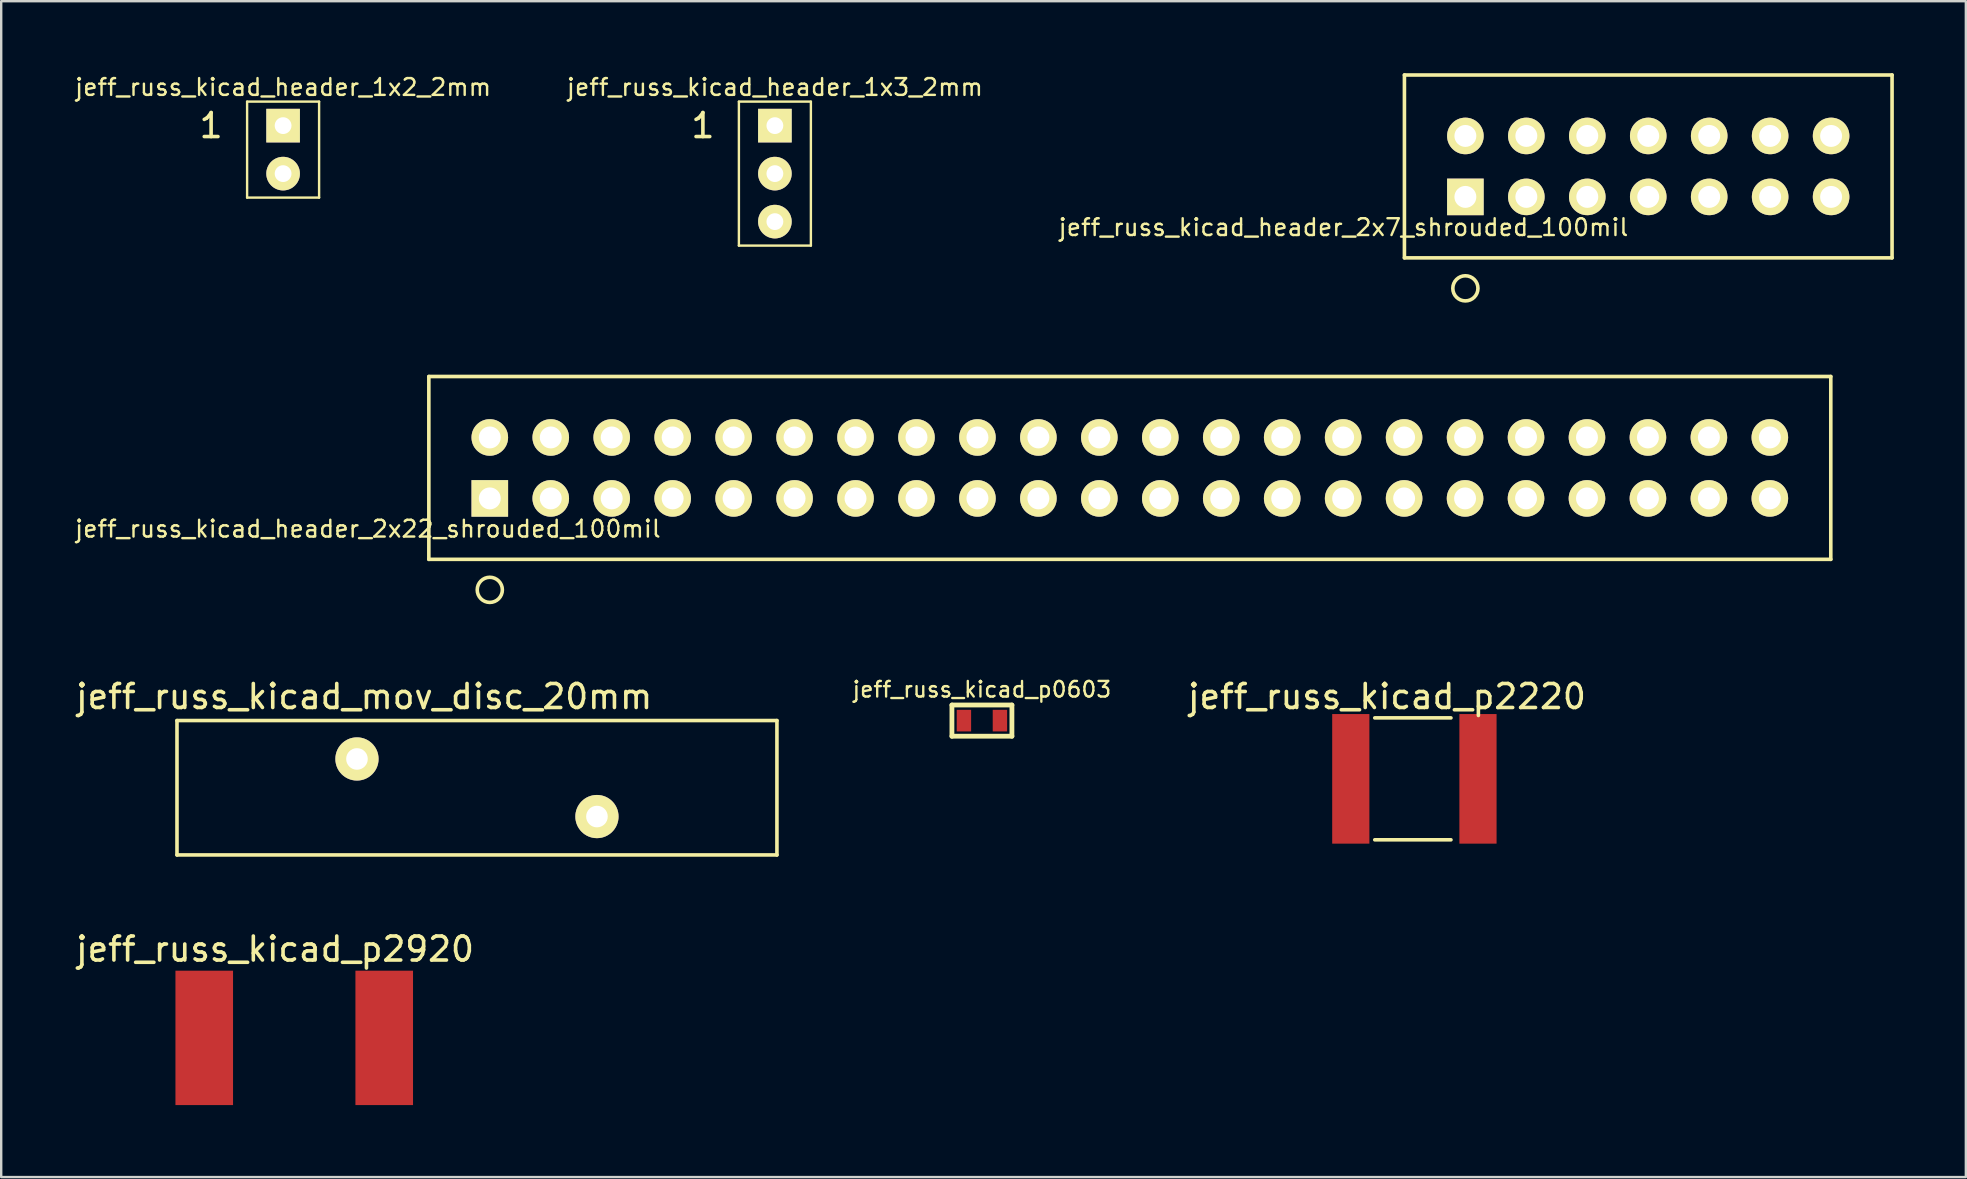
<source format=kicad_pcb>
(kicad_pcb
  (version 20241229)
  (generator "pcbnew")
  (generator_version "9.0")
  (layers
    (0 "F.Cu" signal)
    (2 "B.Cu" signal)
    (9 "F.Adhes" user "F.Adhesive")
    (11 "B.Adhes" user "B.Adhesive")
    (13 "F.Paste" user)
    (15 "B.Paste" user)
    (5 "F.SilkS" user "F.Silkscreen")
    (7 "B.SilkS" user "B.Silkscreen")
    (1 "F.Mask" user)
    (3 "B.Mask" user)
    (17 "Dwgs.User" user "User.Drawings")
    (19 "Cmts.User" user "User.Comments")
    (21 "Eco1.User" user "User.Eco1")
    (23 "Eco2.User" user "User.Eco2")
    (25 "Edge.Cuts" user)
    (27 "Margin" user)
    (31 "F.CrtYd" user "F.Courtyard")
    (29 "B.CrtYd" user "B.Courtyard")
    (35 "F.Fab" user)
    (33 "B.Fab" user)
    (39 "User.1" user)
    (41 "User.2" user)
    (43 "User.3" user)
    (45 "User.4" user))
  (footprint "jeff_russ_kicad_header_2x7_shrouded_100mil"
    (layer "F.Cu")
    (at 58.013 5.155)
    (property "Reference" "jeff_russ_kicad_header_2x7_shrouded_100mil" (at -5.08 1.27 0) (layer "F.SilkS") (effects (font (size 0.7 0.7) (thickness 0.1))))
    (attr through_hole)
    (fp_line (start -2.54 -5.08) (end -2.54 2.54) (stroke (width 0.15) (type solid)) (layer "F.SilkS"))
    (fp_line (start -2.54 2.54) (end 17.78 2.54) (stroke (width 0.15) (type solid)) (layer "F.SilkS"))
    (fp_line (start 17.78 -5.08) (end -2.54 -5.08) (stroke (width 0.15) (type solid)) (layer "F.SilkS"))
    (fp_line (start 17.78 -5.08) (end 17.78 2.54) (stroke (width 0.15) (type solid)) (layer "F.SilkS"))
    (fp_circle (center 0 3.81) (end 0.508 3.937) (stroke (width 0.15) (type solid)) (fill no) (layer "F.SilkS"))
    (pad "1" thru_hole rect (at 0 0) (size 1.524 1.524) (drill 0.914) (layers "*.Cu" "*.Mask" "F.SilkS"))
    (pad "2" thru_hole circle (at 0 -2.54) (size 1.524 1.524) (drill 0.914) (layers "*.Cu" "*.Mask" "F.SilkS"))
    (pad "3" thru_hole circle (at 2.54 0) (size 1.524 1.524) (drill 0.914) (layers "*.Cu" "*.Mask" "F.SilkS"))
    (pad "4" thru_hole circle (at 2.54 -2.54) (size 1.524 1.524) (drill 0.914) (layers "*.Cu" "*.Mask" "F.SilkS"))
    (pad "5" thru_hole circle (at 5.08 0) (size 1.524 1.524) (drill 0.914) (layers "*.Cu" "*.Mask" "F.SilkS"))
    (pad "6" thru_hole circle (at 5.08 -2.54) (size 1.524 1.524) (drill 0.914) (layers "*.Cu" "*.Mask" "F.SilkS"))
    (pad "7" thru_hole circle (at 7.62 0) (size 1.524 1.524) (drill 0.914) (layers "*.Cu" "*.Mask" "F.SilkS"))
    (pad "8" thru_hole circle (at 7.62 -2.54) (size 1.524 1.524) (drill 0.914) (layers "*.Cu" "*.Mask" "F.SilkS"))
    (pad "9" thru_hole circle (at 10.16 0) (size 1.524 1.524) (drill 0.914) (layers "*.Cu" "*.Mask" "F.SilkS"))
    (pad "10" thru_hole circle (at 10.16 -2.54) (size 1.524 1.524) (drill 0.914) (layers "*.Cu" "*.Mask" "F.SilkS"))
    (pad "11" thru_hole circle (at 12.7 0) (size 1.524 1.524) (drill 0.914) (layers "*.Cu" "*.Mask" "F.SilkS"))
    (pad "12" thru_hole circle (at 12.7 -2.54) (size 1.524 1.524) (drill 0.914) (layers "*.Cu" "*.Mask" "F.SilkS"))
    (pad "13" thru_hole circle (at 15.24 0) (size 1.524 1.524) (drill 0.914) (layers "*.Cu" "*.Mask" "F.SilkS"))
    (pad "14" thru_hole circle (at 15.24 -2.54) (size 1.524 1.524) (drill 0.914) (layers "*.Cu" "*.Mask" "F.SilkS")))
  (footprint "jeff_russ_kicad_header_1x3_2mm"
    (layer "F.Cu")
    (at 29.24 2.185)
    (property "Reference" "jeff_russ_kicad_header_1x3_2mm" (at 0 -1.6 0) (layer "F.SilkS") (effects (font (size 0.7 0.7) (thickness 0.1))))
    (attr through_hole)
    (fp_line (start -1.5 5) (end -1.5 -1) (stroke (width 0.1) (type solid)) (layer "F.SilkS"))
    (fp_line (start -1.5 5) (end 1.5 5) (stroke (width 0.1) (type solid)) (layer "F.SilkS"))
    (fp_line (start 1.5 -1) (end -1.5 -1) (stroke (width 0.1) (type solid)) (layer "F.SilkS"))
    (fp_line (start 1.5 -1) (end 1.5 5) (stroke (width 0.1) (type solid)) (layer "F.SilkS"))
    (fp_text user "1" (at -3 0 0) (layer "F.SilkS") (effects (font (size 1 1) (thickness 0.15))))
    (pad "1" thru_hole rect (at 0 0) (size 1.4 1.4) (drill 0.7) (layers "*.Cu" "*.Mask" "F.SilkS"))
    (pad "2" thru_hole circle (at 0 2) (size 1.4 1.4) (drill 0.7) (layers "*.Cu" "*.Mask" "F.SilkS"))
    (pad "3" thru_hole circle (at 0 4) (size 1.4 1.4) (drill 0.7) (layers "*.Cu" "*.Mask" "F.SilkS")))
  (footprint "jeff_russ_kicad_header_1x2_2mm"
    (layer "F.Cu")
    (at 8.747 2.185)
    (property "Reference" "jeff_russ_kicad_header_1x2_2mm" (at 0 -1.6 0) (layer "F.SilkS") (effects (font (size 0.7 0.7) (thickness 0.1))))
    (attr through_hole)
    (fp_line (start -1.5 -1) (end -1.5 3) (stroke (width 0.1) (type solid)) (layer "F.SilkS"))
    (fp_line (start -1.5 3) (end 1.5 3) (stroke (width 0.1) (type solid)) (layer "F.SilkS"))
    (fp_line (start 1.5 -1) (end -1.5 -1) (stroke (width 0.1) (type solid)) (layer "F.SilkS"))
    (fp_line (start 1.5 -1) (end 1.5 3) (stroke (width 0.1) (type solid)) (layer "F.SilkS"))
    (fp_text user "1" (at -3 0 0) (layer "F.SilkS") (effects (font (size 1 1) (thickness 0.15))))
    (pad "1" thru_hole rect (at 0 0) (size 1.4 1.4) (drill 0.7) (layers "*.Cu" "*.Mask" "F.SilkS"))
    (pad "2" thru_hole circle (at 0 2) (size 1.4 1.4) (drill 0.7) (layers "*.Cu" "*.Mask" "F.SilkS")))
  (footprint "jeff_russ_kicad_header_2x22_shrouded_100mil"
    (layer "F.Cu")
    (at 17.36 17.719)
    (property "Reference" "jeff_russ_kicad_header_2x22_shrouded_100mil" (at -5.08 1.27 0) (layer "F.SilkS") (effects (font (size 0.7 0.7) (thickness 0.1))))
    (attr through_hole)
    (fp_line (start -2.54 -5.08) (end -2.54 2.54) (stroke (width 0.15) (type solid)) (layer "F.SilkS"))
    (fp_line (start -2.54 2.54) (end 55.88 2.54) (stroke (width 0.15) (type solid)) (layer "F.SilkS"))
    (fp_line (start 55.88 -5.08) (end -2.54 -5.08) (stroke (width 0.15) (type solid)) (layer "F.SilkS"))
    (fp_line (start 55.88 -5.08) (end 55.88 2.54) (stroke (width 0.15) (type solid)) (layer "F.SilkS"))
    (fp_circle (center 0 3.81) (end 0.508 3.937) (stroke (width 0.15) (type solid)) (fill no) (layer "F.SilkS"))
    (pad "1" thru_hole rect (at 0 0) (size 1.524 1.524) (drill 0.914) (layers "*.Cu" "*.Mask" "F.SilkS"))
    (pad "2" thru_hole circle (at 0 -2.54) (size 1.524 1.524) (drill 0.914) (layers "*.Cu" "*.Mask" "F.SilkS"))
    (pad "3" thru_hole circle (at 2.54 0) (size 1.524 1.524) (drill 0.914) (layers "*.Cu" "*.Mask" "F.SilkS"))
    (pad "4" thru_hole circle (at 2.54 -2.54) (size 1.524 1.524) (drill 0.914) (layers "*.Cu" "*.Mask" "F.SilkS"))
    (pad "5" thru_hole circle (at 5.08 0) (size 1.524 1.524) (drill 0.914) (layers "*.Cu" "*.Mask" "F.SilkS"))
    (pad "6" thru_hole circle (at 5.08 -2.54) (size 1.524 1.524) (drill 0.914) (layers "*.Cu" "*.Mask" "F.SilkS"))
    (pad "7" thru_hole circle (at 7.62 0) (size 1.524 1.524) (drill 0.914) (layers "*.Cu" "*.Mask" "F.SilkS"))
    (pad "8" thru_hole circle (at 7.62 -2.54) (size 1.524 1.524) (drill 0.914) (layers "*.Cu" "*.Mask" "F.SilkS"))
    (pad "9" thru_hole circle (at 10.16 0) (size 1.524 1.524) (drill 0.914) (layers "*.Cu" "*.Mask" "F.SilkS"))
    (pad "10" thru_hole circle (at 10.16 -2.54) (size 1.524 1.524) (drill 0.914) (layers "*.Cu" "*.Mask" "F.SilkS"))
    (pad "11" thru_hole circle (at 12.7 0) (size 1.524 1.524) (drill 0.914) (layers "*.Cu" "*.Mask" "F.SilkS"))
    (pad "12" thru_hole circle (at 12.7 -2.54) (size 1.524 1.524) (drill 0.914) (layers "*.Cu" "*.Mask" "F.SilkS"))
    (pad "13" thru_hole circle (at 15.24 0) (size 1.524 1.524) (drill 0.914) (layers "*.Cu" "*.Mask" "F.SilkS"))
    (pad "14" thru_hole circle (at 15.24 -2.54) (size 1.524 1.524) (drill 0.914) (layers "*.Cu" "*.Mask" "F.SilkS"))
    (pad "15" thru_hole circle (at 17.78 0) (size 1.524 1.524) (drill 0.914) (layers "*.Cu" "*.Mask" "F.SilkS"))
    (pad "16" thru_hole circle (at 17.78 -2.54) (size 1.524 1.524) (drill 0.914) (layers "*.Cu" "*.Mask" "F.SilkS"))
    (pad "17" thru_hole circle (at 20.32 0) (size 1.524 1.524) (drill 0.914) (layers "*.Cu" "*.Mask" "F.SilkS"))
    (pad "18" thru_hole circle (at 20.32 -2.54) (size 1.524 1.524) (drill 0.914) (layers "*.Cu" "*.Mask" "F.SilkS"))
    (pad "19" thru_hole circle (at 22.86 0) (size 1.524 1.524) (drill 0.914) (layers "*.Cu" "*.Mask" "F.SilkS"))
    (pad "20" thru_hole circle (at 22.86 -2.54) (size 1.524 1.524) (drill 0.914) (layers "*.Cu" "*.Mask" "F.SilkS"))
    (pad "21" thru_hole circle (at 25.4 0) (size 1.524 1.524) (drill 0.914) (layers "*.Cu" "*.Mask" "F.SilkS"))
    (pad "22" thru_hole circle (at 25.4 -2.54) (size 1.524 1.524) (drill 0.914) (layers "*.Cu" "*.Mask" "F.SilkS"))
    (pad "23" thru_hole circle (at 27.94 0) (size 1.524 1.524) (drill 0.914) (layers "*.Cu" "*.Mask" "F.SilkS"))
    (pad "24" thru_hole circle (at 27.94 -2.54) (size 1.524 1.524) (drill 0.914) (layers "*.Cu" "*.Mask" "F.SilkS"))
    (pad "25" thru_hole circle (at 30.48 0) (size 1.524 1.524) (drill 0.914) (layers "*.Cu" "*.Mask" "F.SilkS"))
    (pad "26" thru_hole circle (at 30.48 -2.54) (size 1.524 1.524) (drill 0.914) (layers "*.Cu" "*.Mask" "F.SilkS"))
    (pad "27" thru_hole circle (at 33.02 0) (size 1.524 1.524) (drill 0.914) (layers "*.Cu" "*.Mask" "F.SilkS"))
    (pad "28" thru_hole circle (at 33.02 -2.54) (size 1.524 1.524) (drill 0.914) (layers "*.Cu" "*.Mask" "F.SilkS"))
    (pad "29" thru_hole circle (at 35.56 0) (size 1.524 1.524) (drill 0.914) (layers "*.Cu" "*.Mask" "F.SilkS"))
    (pad "30" thru_hole circle (at 35.56 -2.54) (size 1.524 1.524) (drill 0.914) (layers "*.Cu" "*.Mask" "F.SilkS"))
    (pad "31" thru_hole circle (at 38.1 0) (size 1.524 1.524) (drill 0.914) (layers "*.Cu" "*.Mask" "F.SilkS"))
    (pad "32" thru_hole circle (at 38.1 -2.54) (size 1.524 1.524) (drill 0.914) (layers "*.Cu" "*.Mask" "F.SilkS"))
    (pad "33" thru_hole circle (at 40.64 0) (size 1.524 1.524) (drill 0.914) (layers "*.Cu" "*.Mask" "F.SilkS"))
    (pad "34" thru_hole circle (at 40.64 -2.54) (size 1.524 1.524) (drill 0.914) (layers "*.Cu" "*.Mask" "F.SilkS"))
    (pad "35" thru_hole circle (at 43.18 0) (size 1.524 1.524) (drill 0.914) (layers "*.Cu" "*.Mask" "F.SilkS"))
    (pad "36" thru_hole circle (at 43.18 -2.54) (size 1.524 1.524) (drill 0.914) (layers "*.Cu" "*.Mask" "F.SilkS"))
    (pad "37" thru_hole circle (at 45.72 0) (size 1.524 1.524) (drill 0.914) (layers "*.Cu" "*.Mask" "F.SilkS"))
    (pad "38" thru_hole circle (at 45.72 -2.54) (size 1.524 1.524) (drill 0.914) (layers "*.Cu" "*.Mask" "F.SilkS"))
    (pad "39" thru_hole circle (at 48.26 0) (size 1.524 1.524) (drill 0.914) (layers "*.Cu" "*.Mask" "F.SilkS"))
    (pad "40" thru_hole circle (at 48.26 -2.54) (size 1.524 1.524) (drill 0.914) (layers "*.Cu" "*.Mask" "F.SilkS"))
    (pad "41" thru_hole circle (at 50.8 0) (size 1.524 1.524) (drill 0.914) (layers "*.Cu" "*.Mask" "F.SilkS"))
    (pad "42" thru_hole circle (at 50.8 -2.54) (size 1.524 1.524) (drill 0.914) (layers "*.Cu" "*.Mask" "F.SilkS"))
    (pad "43" thru_hole circle (at 53.34 0) (size 1.524 1.524) (drill 0.914) (layers "*.Cu" "*.Mask" "F.SilkS"))
    (pad "44" thru_hole circle (at 53.34 -2.54) (size 1.524 1.524) (drill 0.914) (layers "*.Cu" "*.Mask" "F.SilkS")))
  (footprint "jeff_russ_kicad_p0603"
    (layer "F.Cu")
    (at 37.867 26.979)
    (property "Reference" "jeff_russ_kicad_p0603" (at 0 -1.3 0) (layer "F.SilkS") (effects (font (size 0.65 0.65) (thickness 0.098))))
    (attr smd)
    (fp_line (start -1.25 -0.65) (end 1.25 -0.65) (stroke (width 0.2) (type solid)) (layer "F.SilkS"))
    (fp_line (start -1.25 0.65) (end -1.25 -0.65) (stroke (width 0.2) (type solid)) (layer "F.SilkS"))
    (fp_line (start 1.25 -0.65) (end 1.25 0.65) (stroke (width 0.2) (type solid)) (layer "F.SilkS"))
    (fp_line (start 1.25 0.65) (end -1.25 0.65) (stroke (width 0.2) (type solid)) (layer "F.SilkS"))
    (pad "1" smd rect (at -0.75 0) (size 0.6 0.9) (layers "F.Cu" "F.Mask" "F.Paste"))
    (pad "2" smd rect (at 0.75 0) (size 0.6 0.9) (layers "F.Cu" "F.Mask" "F.Paste")))
  (footprint "jeff_russ_kicad_mov_disc_20mm"
    (layer "F.Cu")
    (at 16.825 29.776)
    (property "Reference" "jeff_russ_kicad_mov_disc_20mm" (at -4.7 -3.8 0) (layer "F.SilkS") (effects (font (size 1 1) (thickness 0.15))))
    (attr through_hole)
    (fp_line (start -12.5 -2.8) (end 12.5 -2.8) (stroke (width 0.15) (type solid)) (layer "F.SilkS"))
    (fp_line (start -12.5 2.8) (end -12.5 -2.8) (stroke (width 0.15) (type solid)) (layer "F.SilkS"))
    (fp_line (start 12.5 -2.8) (end 12.5 2.8) (stroke (width 0.15) (type solid)) (layer "F.SilkS"))
    (fp_line (start 12.5 2.8) (end -12.5 2.8) (stroke (width 0.15) (type solid)) (layer "F.SilkS"))
    (pad "1" thru_hole circle (at -5 -1.2) (size 1.8 1.8) (drill 0.9) (layers "*.Cu" "*.Mask" "F.SilkS"))
    (pad "2" thru_hole circle (at 5 1.2) (size 1.8 1.8) (drill 0.9) (layers "*.Cu" "*.Mask" "F.SilkS")))
  (footprint "jeff_russ_kicad_p2220"
    (layer "F.Cu")
    (at 55.888 29.405)
    (property "Reference" "jeff_russ_kicad_p2220" (at -1.143 -3.429 0) (layer "F.SilkS") (effects (font (size 1 1) (thickness 0.15))))
    (attr through_hole)
    (fp_line (start -1.651 2.54) (end 1.524 2.54) (stroke (width 0.15) (type solid)) (layer "F.SilkS"))
    (fp_line (start 1.524 -2.54) (end -1.651 -2.54) (stroke (width 0.15) (type solid)) (layer "F.SilkS"))
    (pad "1" smd rect (at -2.65 0) (size 1.55 5.4) (layers "F.Cu" "F.Mask" "F.Paste"))
    (pad "2" smd rect (at 2.65 0) (size 1.55 5.4) (layers "F.Cu" "F.Mask" "F.Paste")))
  (footprint "jeff_russ_kicad_p2920"
    (layer "F.Cu")
    (at 9.211 40.199)
    (property "Reference" "jeff_russ_kicad_p2920" (at -0.8 -3.7 0) (layer "F.SilkS") (effects (font (size 1 1) (thickness 0.15))))
    (attr through_hole)
    (pad "1" smd rect (at -3.75 0) (size 2.4 5.6) (layers "F.Cu" "F.Mask" "F.Paste"))
    (pad "2" smd rect (at 3.75 0) (size 2.4 5.6) (layers "F.Cu" "F.Mask" "F.Paste")))
  (gr_rect
    (start -3 -3)
    (end 78.868 45.999)
    (stroke (width 0.1) (type default))
    (fill no)
    (layer "Edge.Cuts")))
</source>
